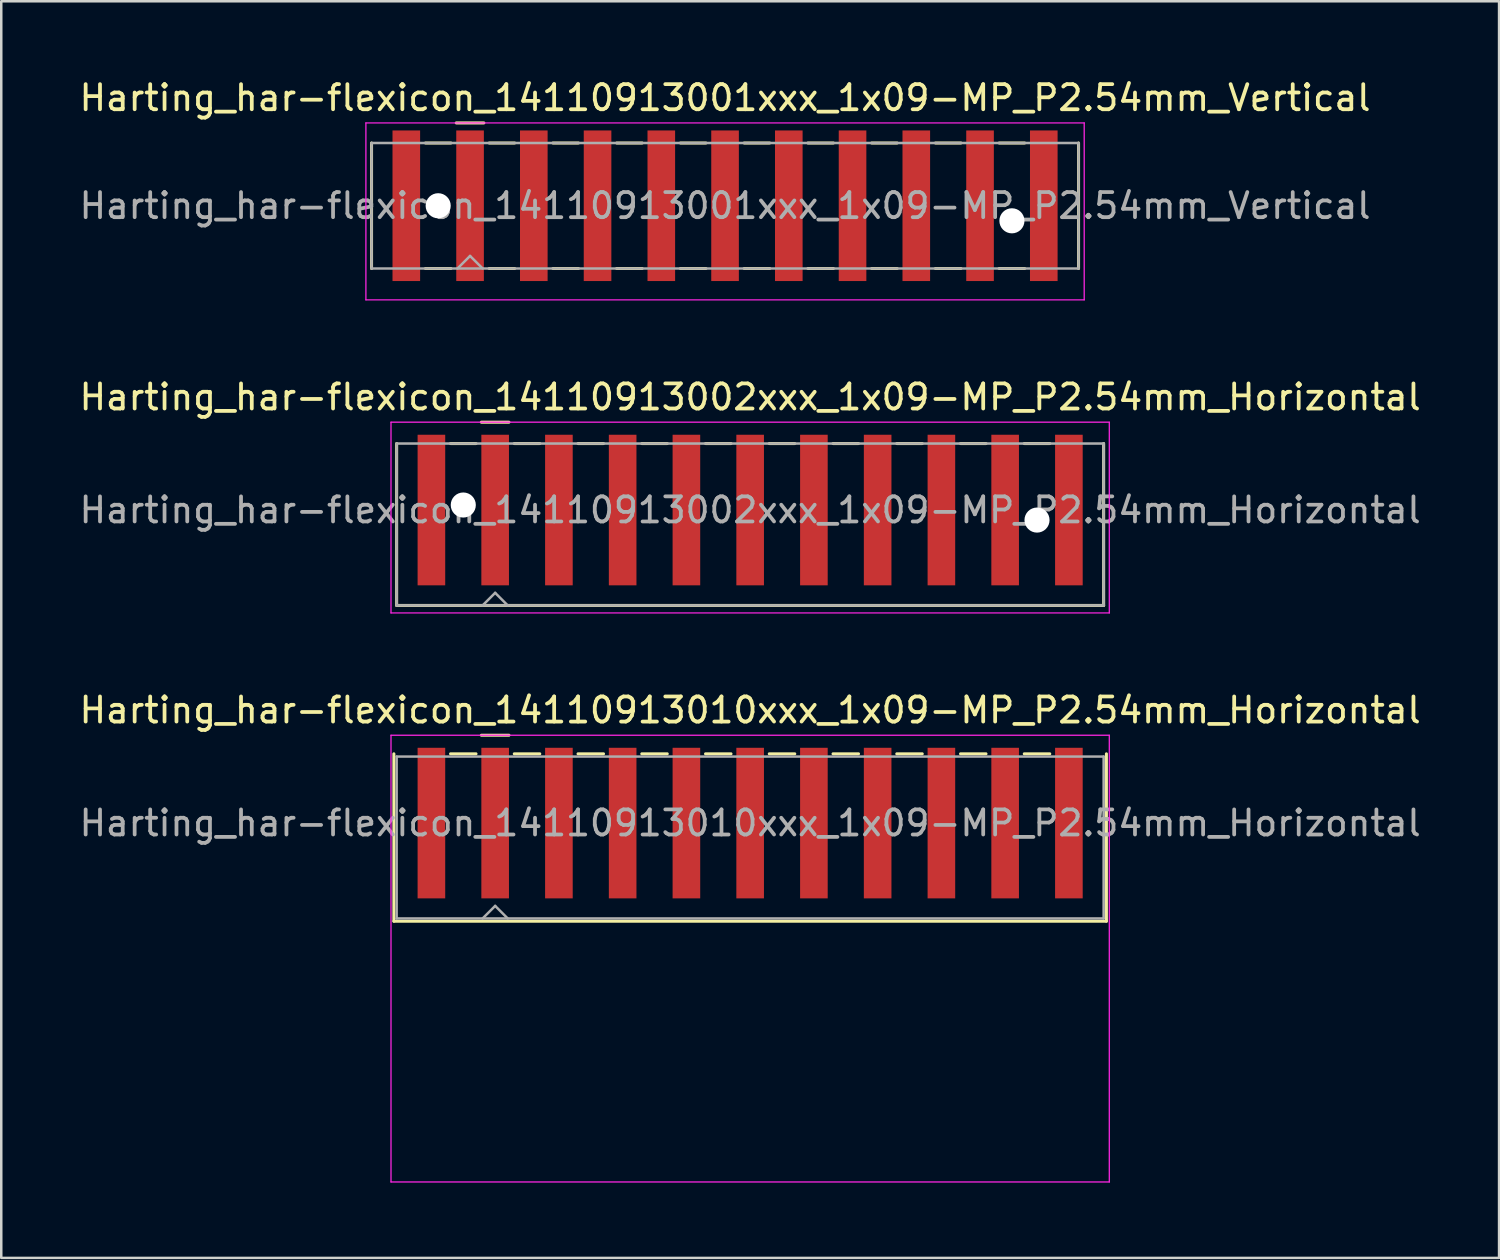
<source format=kicad_pcb>
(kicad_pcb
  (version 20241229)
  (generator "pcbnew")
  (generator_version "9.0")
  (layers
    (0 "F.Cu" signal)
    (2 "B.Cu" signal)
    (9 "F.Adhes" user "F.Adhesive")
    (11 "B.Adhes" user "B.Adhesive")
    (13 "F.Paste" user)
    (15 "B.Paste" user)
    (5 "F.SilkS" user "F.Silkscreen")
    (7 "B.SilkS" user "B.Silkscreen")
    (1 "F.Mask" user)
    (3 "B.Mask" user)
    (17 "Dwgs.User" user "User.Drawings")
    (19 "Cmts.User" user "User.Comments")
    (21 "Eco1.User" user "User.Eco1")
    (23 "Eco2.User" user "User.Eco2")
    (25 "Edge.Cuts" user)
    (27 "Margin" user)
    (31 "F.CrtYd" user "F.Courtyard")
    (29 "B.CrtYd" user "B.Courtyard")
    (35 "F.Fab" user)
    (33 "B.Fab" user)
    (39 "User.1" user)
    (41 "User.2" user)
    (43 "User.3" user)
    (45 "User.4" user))
  (footprint "Harting_har-flexicon_14110913002xxx_1x09-MP_P2.54mm_Horizontal"
    (layer "F.Cu")
    (at 26.839 18.572)
    (property "Reference" "Harting_har-flexicon_14110913002xxx_1x09-MP_P2.54mm_Horizontal" (at 0 -5.8 0) (layer "F.SilkS") (effects (font (size 1 1) (thickness 0.15))))
    (attr smd)
    (fp_line (start -14.085 -3.95) (end -14.085 2.5) (stroke (width 0.12) (type solid)) (layer "F.SilkS"))
    (fp_line (start -11.938 -3.95) (end -10.922 -3.95) (stroke (width 0.12) (type solid)) (layer "F.SilkS"))
    (fp_line (start -10.71 -4.8) (end -9.61 -4.8) (stroke (width 0.12) (type solid)) (layer "F.SilkS"))
    (fp_line (start -9.398 -3.95) (end -8.382 -3.95) (stroke (width 0.12) (type solid)) (layer "F.SilkS"))
    (fp_line (start -6.858 -3.95) (end -5.842 -3.95) (stroke (width 0.12) (type solid)) (layer "F.SilkS"))
    (fp_line (start -4.318 -3.95) (end -3.302 -3.95) (stroke (width 0.12) (type solid)) (layer "F.SilkS"))
    (fp_line (start -1.778 -3.95) (end -0.762 -3.95) (stroke (width 0.12) (type solid)) (layer "F.SilkS"))
    (fp_line (start 0.762 -3.95) (end 1.778 -3.95) (stroke (width 0.12) (type solid)) (layer "F.SilkS"))
    (fp_line (start 3.302 -3.95) (end 4.318 -3.95) (stroke (width 0.12) (type solid)) (layer "F.SilkS"))
    (fp_line (start 5.842 -3.95) (end 6.858 -3.95) (stroke (width 0.12) (type solid)) (layer "F.SilkS"))
    (fp_line (start 8.382 -3.95) (end 9.398 -3.95) (stroke (width 0.12) (type solid)) (layer "F.SilkS"))
    (fp_line (start 10.922 -3.95) (end 11.938 -3.95) (stroke (width 0.12) (type solid)) (layer "F.SilkS"))
    (fp_line (start 14.085 -3.95) (end 14.085 2.5) (stroke (width 0.12) (type solid)) (layer "F.SilkS"))
    (fp_line (start 14.085 2.5) (end -14.085 2.5) (stroke (width 0.12) (type solid)) (layer "F.SilkS"))
    (fp_line (start -14.31 -4.8) (end -14.31 2.8) (stroke (width 0.05) (type solid)) (layer "F.CrtYd"))
    (fp_line (start -14.31 2.8) (end 14.31 2.8) (stroke (width 0.05) (type solid)) (layer "F.CrtYd"))
    (fp_line (start 14.31 -4.8) (end -14.31 -4.8) (stroke (width 0.05) (type solid)) (layer "F.CrtYd"))
    (fp_line (start 14.31 2.8) (end 14.31 -4.8) (stroke (width 0.05) (type solid)) (layer "F.CrtYd"))
    (fp_line (start -14.085 -3.95) (end -14.085 2.5) (stroke (width 0.1) (type solid)) (layer "F.Fab"))
    (fp_line (start -14.085 2.5) (end 14.085 2.5) (stroke (width 0.1) (type solid)) (layer "F.Fab"))
    (fp_line (start -10.66 2.5) (end -10.16 2) (stroke (width 0.1) (type solid)) (layer "F.Fab"))
    (fp_line (start -10.16 2) (end -9.66 2.5) (stroke (width 0.1) (type solid)) (layer "F.Fab"))
    (fp_line (start 14.085 -3.95) (end -14.085 -3.95) (stroke (width 0.1) (type solid)) (layer "F.Fab"))
    (fp_line (start 14.085 2.5) (end 14.085 -3.95) (stroke (width 0.1) (type solid)) (layer "F.Fab"))
    (fp_text user "${REFERENCE}" (at 0 -1.3 0) (layer "F.Fab") (effects (font (size 1 1) (thickness 0.15))))
    (pad "" np_thru_hole circle (at -11.43 -1.5) (size 1 1) (drill 1) (layers "*.Cu" "*.Mask"))
    (pad "" np_thru_hole circle (at 11.43 -0.9) (size 1 1) (drill 1) (layers "*.Cu" "*.Mask"))
    (pad "1" smd rect (at -10.16 -1.3) (size 1.1 6) (layers "F.Cu" "F.Mask" "F.Paste"))
    (pad "2" smd rect (at -7.62 -1.3) (size 1.1 6) (layers "F.Cu" "F.Mask" "F.Paste"))
    (pad "3" smd rect (at -5.08 -1.3) (size 1.1 6) (layers "F.Cu" "F.Mask" "F.Paste"))
    (pad "4" smd rect (at -2.54 -1.3) (size 1.1 6) (layers "F.Cu" "F.Mask" "F.Paste"))
    (pad "5" smd rect (at 0 -1.3) (size 1.1 6) (layers "F.Cu" "F.Mask" "F.Paste"))
    (pad "6" smd rect (at 2.54 -1.3) (size 1.1 6) (layers "F.Cu" "F.Mask" "F.Paste"))
    (pad "7" smd rect (at 5.08 -1.3) (size 1.1 6) (layers "F.Cu" "F.Mask" "F.Paste"))
    (pad "8" smd rect (at 7.62 -1.3) (size 1.1 6) (layers "F.Cu" "F.Mask" "F.Paste"))
    (pad "9" smd rect (at 10.16 -1.3) (size 1.1 6) (layers "F.Cu" "F.Mask" "F.Paste"))
    (pad "MP" smd rect (at -12.7 -1.3) (size 1.1 6) (layers "F.Cu" "F.Mask" "F.Paste"))
    (pad "MP" smd rect (at 12.7 -1.3) (size 1.1 6) (layers "F.Cu" "F.Mask" "F.Paste")))
  (footprint "Harting_har-flexicon_14110913001xxx_1x09-MP_P2.54mm_Vertical"
    (layer "F.Cu")
    (at 25.839 5.148)
    (property "Reference" "Harting_har-flexicon_14110913001xxx_1x09-MP_P2.54mm_Vertical" (at 0 -4.3 0) (layer "F.SilkS") (effects (font (size 1 1) (thickness 0.15))))
    (attr smd)
    (fp_line (start -14.085 -2.5) (end -14.085 2.5) (stroke (width 0.12) (type solid)) (layer "F.SilkS"))
    (fp_line (start -11.938 -2.5) (end -10.922 -2.5) (stroke (width 0.12) (type solid)) (layer "F.SilkS"))
    (fp_line (start -11.938 2.5) (end -10.922 2.5) (stroke (width 0.12) (type solid)) (layer "F.SilkS"))
    (fp_line (start -10.71 -3.3) (end -9.61 -3.3) (stroke (width 0.12) (type solid)) (layer "F.SilkS"))
    (fp_line (start -9.398 -2.5) (end -8.382 -2.5) (stroke (width 0.12) (type solid)) (layer "F.SilkS"))
    (fp_line (start -9.398 2.5) (end -8.382 2.5) (stroke (width 0.12) (type solid)) (layer "F.SilkS"))
    (fp_line (start -6.858 -2.5) (end -5.842 -2.5) (stroke (width 0.12) (type solid)) (layer "F.SilkS"))
    (fp_line (start -6.858 2.5) (end -5.842 2.5) (stroke (width 0.12) (type solid)) (layer "F.SilkS"))
    (fp_line (start -4.318 -2.5) (end -3.302 -2.5) (stroke (width 0.12) (type solid)) (layer "F.SilkS"))
    (fp_line (start -4.318 2.5) (end -3.302 2.5) (stroke (width 0.12) (type solid)) (layer "F.SilkS"))
    (fp_line (start -1.778 -2.5) (end -0.762 -2.5) (stroke (width 0.12) (type solid)) (layer "F.SilkS"))
    (fp_line (start -1.778 2.5) (end -0.762 2.5) (stroke (width 0.12) (type solid)) (layer "F.SilkS"))
    (fp_line (start 0.762 -2.5) (end 1.778 -2.5) (stroke (width 0.12) (type solid)) (layer "F.SilkS"))
    (fp_line (start 0.762 2.5) (end 1.778 2.5) (stroke (width 0.12) (type solid)) (layer "F.SilkS"))
    (fp_line (start 3.302 -2.5) (end 4.318 -2.5) (stroke (width 0.12) (type solid)) (layer "F.SilkS"))
    (fp_line (start 3.302 2.5) (end 4.318 2.5) (stroke (width 0.12) (type solid)) (layer "F.SilkS"))
    (fp_line (start 5.842 -2.5) (end 6.858 -2.5) (stroke (width 0.12) (type solid)) (layer "F.SilkS"))
    (fp_line (start 5.842 2.5) (end 6.858 2.5) (stroke (width 0.12) (type solid)) (layer "F.SilkS"))
    (fp_line (start 8.382 -2.5) (end 9.398 -2.5) (stroke (width 0.12) (type solid)) (layer "F.SilkS"))
    (fp_line (start 8.382 2.5) (end 9.398 2.5) (stroke (width 0.12) (type solid)) (layer "F.SilkS"))
    (fp_line (start 10.922 -2.5) (end 11.938 -2.5) (stroke (width 0.12) (type solid)) (layer "F.SilkS"))
    (fp_line (start 10.922 2.5) (end 11.938 2.5) (stroke (width 0.12) (type solid)) (layer "F.SilkS"))
    (fp_line (start 14.085 -2.5) (end 14.085 2.5) (stroke (width 0.12) (type solid)) (layer "F.SilkS"))
    (fp_line (start -14.31 -3.3) (end -14.31 3.75) (stroke (width 0.05) (type solid)) (layer "F.CrtYd"))
    (fp_line (start -14.31 3.75) (end 14.31 3.75) (stroke (width 0.05) (type solid)) (layer "F.CrtYd"))
    (fp_line (start 14.31 -3.3) (end -14.31 -3.3) (stroke (width 0.05) (type solid)) (layer "F.CrtYd"))
    (fp_line (start 14.31 3.75) (end 14.31 -3.3) (stroke (width 0.05) (type solid)) (layer "F.CrtYd"))
    (fp_line (start -14.085 -2.5) (end -14.085 2.5) (stroke (width 0.1) (type solid)) (layer "F.Fab"))
    (fp_line (start -14.085 2.5) (end 14.085 2.5) (stroke (width 0.1) (type solid)) (layer "F.Fab"))
    (fp_line (start -10.66 2.5) (end -10.16 2) (stroke (width 0.1) (type solid)) (layer "F.Fab"))
    (fp_line (start -10.16 2) (end -9.66 2.5) (stroke (width 0.1) (type solid)) (layer "F.Fab"))
    (fp_line (start 14.085 -2.5) (end -14.085 -2.5) (stroke (width 0.1) (type solid)) (layer "F.Fab"))
    (fp_line (start 14.085 2.5) (end 14.085 -2.5) (stroke (width 0.1) (type solid)) (layer "F.Fab"))
    (fp_text user "${REFERENCE}" (at 0 0 0) (layer "F.Fab") (effects (font (size 1 1) (thickness 0.15))))
    (pad "" np_thru_hole circle (at -11.43 0) (size 1 1) (drill 1) (layers "*.Cu" "*.Mask"))
    (pad "" np_thru_hole circle (at 11.43 0.6) (size 1 1) (drill 1) (layers "*.Cu" "*.Mask"))
    (pad "1" smd rect (at -10.16 0) (size 1.1 6) (layers "F.Cu" "F.Mask" "F.Paste"))
    (pad "2" smd rect (at -7.62 0) (size 1.1 6) (layers "F.Cu" "F.Mask" "F.Paste"))
    (pad "3" smd rect (at -5.08 0) (size 1.1 6) (layers "F.Cu" "F.Mask" "F.Paste"))
    (pad "4" smd rect (at -2.54 0) (size 1.1 6) (layers "F.Cu" "F.Mask" "F.Paste"))
    (pad "5" smd rect (at 0 0) (size 1.1 6) (layers "F.Cu" "F.Mask" "F.Paste"))
    (pad "6" smd rect (at 2.54 0) (size 1.1 6) (layers "F.Cu" "F.Mask" "F.Paste"))
    (pad "7" smd rect (at 5.08 0) (size 1.1 6) (layers "F.Cu" "F.Mask" "F.Paste"))
    (pad "8" smd rect (at 7.62 0) (size 1.1 6) (layers "F.Cu" "F.Mask" "F.Paste"))
    (pad "9" smd rect (at 10.16 0) (size 1.1 6) (layers "F.Cu" "F.Mask" "F.Paste"))
    (pad "MP" smd rect (at -12.7 0) (size 1.1 6) (layers "F.Cu" "F.Mask" "F.Paste"))
    (pad "MP" smd rect (at 12.7 0) (size 1.1 6) (layers "F.Cu" "F.Mask" "F.Paste")))
  (footprint "Harting_har-flexicon_14110913010xxx_1x09-MP_P2.54mm_Horizontal"
    (layer "F.Cu")
    (at 26.839 31.045)
    (property "Reference" "Harting_har-flexicon_14110913010xxx_1x09-MP_P2.54mm_Horizontal" (at 0 -5.8 0) (layer "F.SilkS") (effects (font (size 1 1) (thickness 0.15))))
    (attr smd)
    (fp_line (start -14.195 -4.06) (end -14.195 2.61) (stroke (width 0.12) (type solid)) (layer "F.SilkS"))
    (fp_line (start -11.938 -4.06) (end -10.922 -4.06) (stroke (width 0.12) (type solid)) (layer "F.SilkS"))
    (fp_line (start -10.71 -4.8) (end -9.61 -4.8) (stroke (width 0.12) (type solid)) (layer "F.SilkS"))
    (fp_line (start -9.398 -4.06) (end -8.382 -4.06) (stroke (width 0.12) (type solid)) (layer "F.SilkS"))
    (fp_line (start -6.858 -4.06) (end -5.842 -4.06) (stroke (width 0.12) (type solid)) (layer "F.SilkS"))
    (fp_line (start -4.318 -4.06) (end -3.302 -4.06) (stroke (width 0.12) (type solid)) (layer "F.SilkS"))
    (fp_line (start -1.778 -4.06) (end -0.762 -4.06) (stroke (width 0.12) (type solid)) (layer "F.SilkS"))
    (fp_line (start 0.762 -4.06) (end 1.778 -4.06) (stroke (width 0.12) (type solid)) (layer "F.SilkS"))
    (fp_line (start 3.302 -4.06) (end 4.318 -4.06) (stroke (width 0.12) (type solid)) (layer "F.SilkS"))
    (fp_line (start 5.842 -4.06) (end 6.858 -4.06) (stroke (width 0.12) (type solid)) (layer "F.SilkS"))
    (fp_line (start 8.382 -4.06) (end 9.398 -4.06) (stroke (width 0.12) (type solid)) (layer "F.SilkS"))
    (fp_line (start 10.922 -4.06) (end 11.938 -4.06) (stroke (width 0.12) (type solid)) (layer "F.SilkS"))
    (fp_line (start 14.195 -4.06) (end 14.195 2.61) (stroke (width 0.12) (type solid)) (layer "F.SilkS"))
    (fp_line (start 14.195 2.61) (end -14.195 2.61) (stroke (width 0.12) (type solid)) (layer "F.SilkS"))
    (fp_line (start -14.31 -4.8) (end -14.31 13) (stroke (width 0.05) (type solid)) (layer "F.CrtYd"))
    (fp_line (start -14.31 13) (end 14.31 13) (stroke (width 0.05) (type solid)) (layer "F.CrtYd"))
    (fp_line (start 14.31 -4.8) (end -14.31 -4.8) (stroke (width 0.05) (type solid)) (layer "F.CrtYd"))
    (fp_line (start 14.31 13) (end 14.31 -4.8) (stroke (width 0.05) (type solid)) (layer "F.CrtYd"))
    (fp_line (start -14.085 -3.95) (end -14.085 2.5) (stroke (width 0.1) (type solid)) (layer "F.Fab"))
    (fp_line (start -14.085 2.5) (end 14.085 2.5) (stroke (width 0.1) (type solid)) (layer "F.Fab"))
    (fp_line (start -10.66 2.5) (end -10.16 2) (stroke (width 0.1) (type solid)) (layer "F.Fab"))
    (fp_line (start -10.16 2) (end -9.66 2.5) (stroke (width 0.1) (type solid)) (layer "F.Fab"))
    (fp_line (start 14.085 -3.95) (end -14.085 -3.95) (stroke (width 0.1) (type solid)) (layer "F.Fab"))
    (fp_line (start 14.085 2.5) (end 14.085 -3.95) (stroke (width 0.1) (type solid)) (layer "F.Fab"))
    (fp_text user "${REFERENCE}" (at 0 -1.3 0) (layer "F.Fab") (effects (font (size 1 1) (thickness 0.15))))
    (pad "1" smd rect (at -10.16 -1.3) (size 1.1 6) (layers "F.Cu" "F.Mask" "F.Paste"))
    (pad "2" smd rect (at -7.62 -1.3) (size 1.1 6) (layers "F.Cu" "F.Mask" "F.Paste"))
    (pad "3" smd rect (at -5.08 -1.3) (size 1.1 6) (layers "F.Cu" "F.Mask" "F.Paste"))
    (pad "4" smd rect (at -2.54 -1.3) (size 1.1 6) (layers "F.Cu" "F.Mask" "F.Paste"))
    (pad "5" smd rect (at 0 -1.3) (size 1.1 6) (layers "F.Cu" "F.Mask" "F.Paste"))
    (pad "6" smd rect (at 2.54 -1.3) (size 1.1 6) (layers "F.Cu" "F.Mask" "F.Paste"))
    (pad "7" smd rect (at 5.08 -1.3) (size 1.1 6) (layers "F.Cu" "F.Mask" "F.Paste"))
    (pad "8" smd rect (at 7.62 -1.3) (size 1.1 6) (layers "F.Cu" "F.Mask" "F.Paste"))
    (pad "9" smd rect (at 10.16 -1.3) (size 1.1 6) (layers "F.Cu" "F.Mask" "F.Paste"))
    (pad "MP" smd rect (at -12.7 -1.3) (size 1.1 6) (layers "F.Cu" "F.Mask" "F.Paste"))
    (pad "MP" smd rect (at 12.7 -1.3) (size 1.1 6) (layers "F.Cu" "F.Mask" "F.Paste")))
  (gr_rect
    (start -3 -3)
    (end 56.679 47.07)
    (stroke (width 0.1) (type default))
    (fill no)
    (layer "Edge.Cuts")))
</source>
